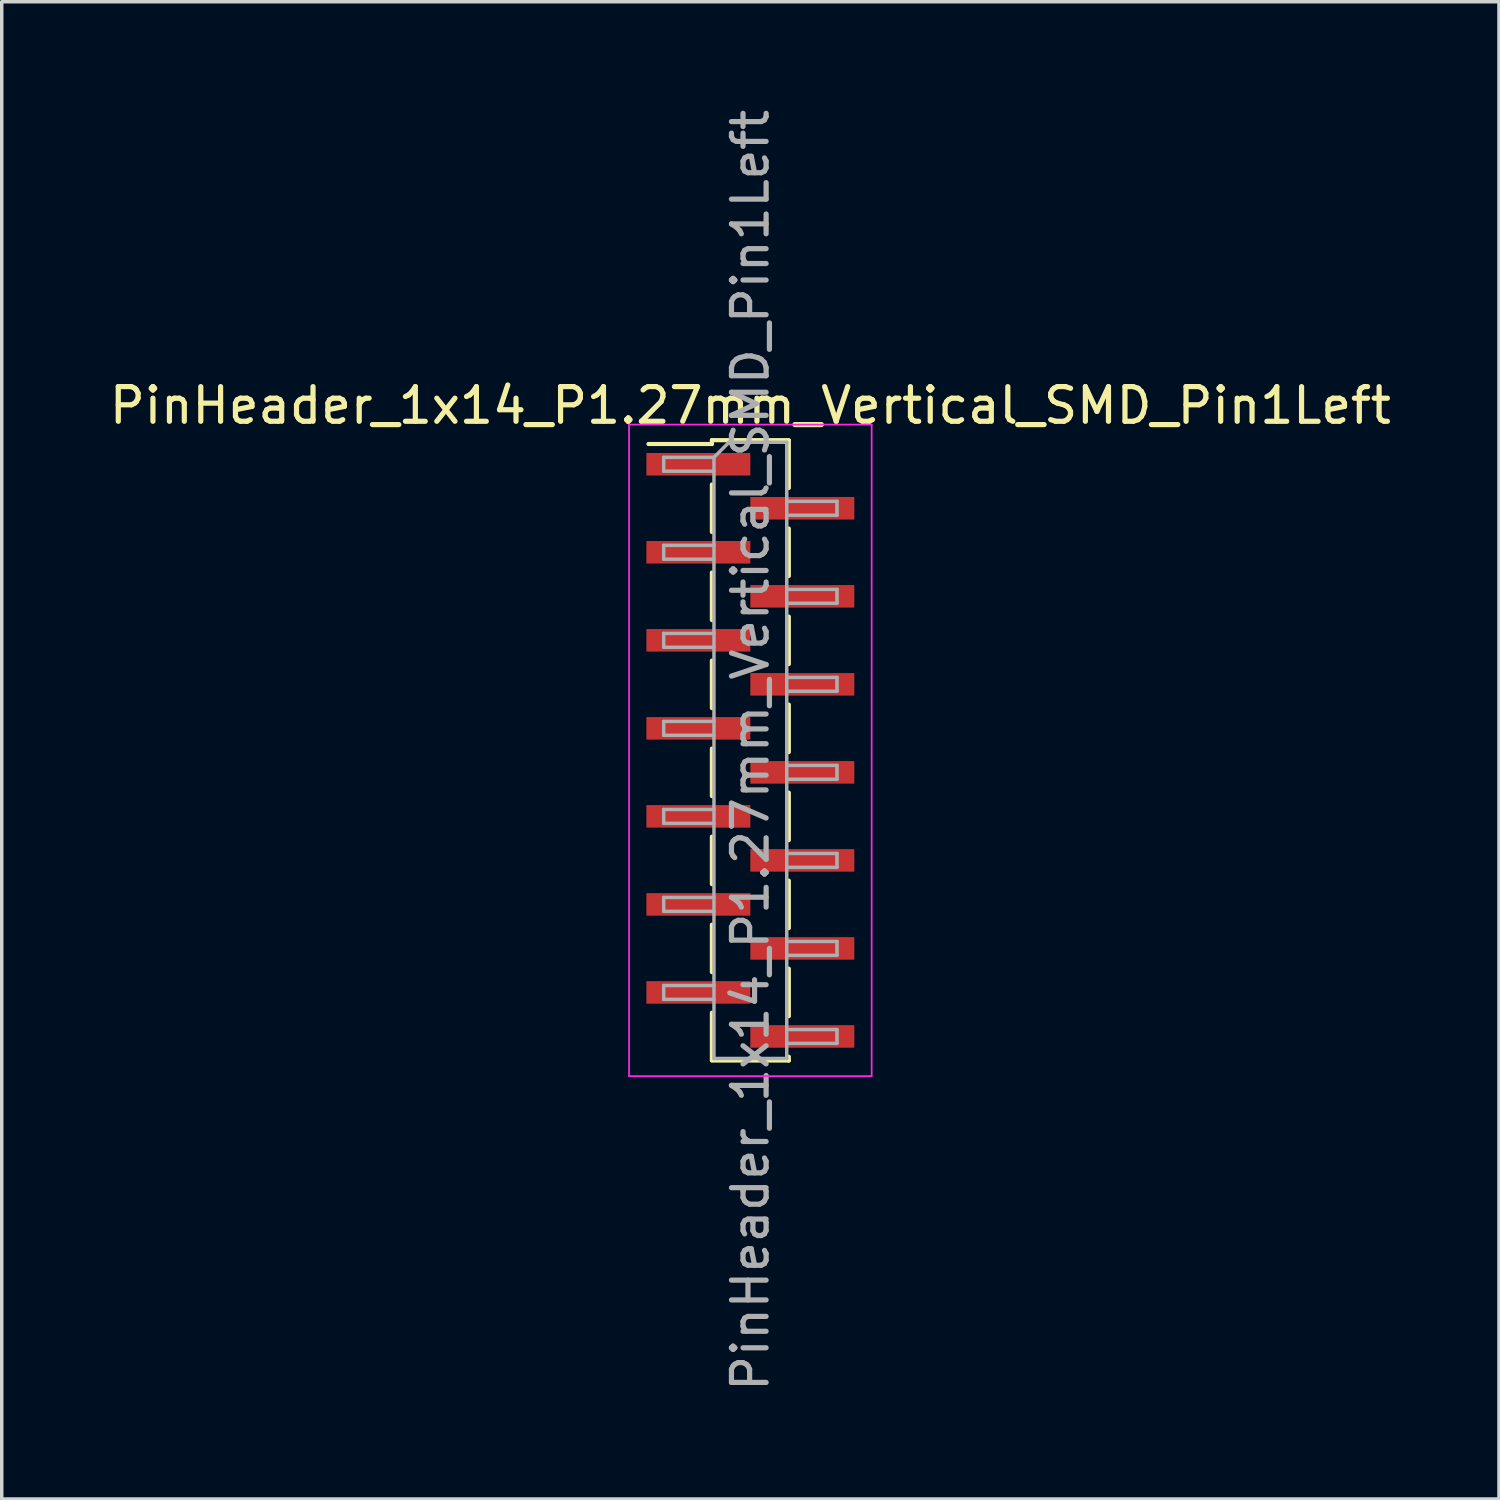
<source format=kicad_pcb>
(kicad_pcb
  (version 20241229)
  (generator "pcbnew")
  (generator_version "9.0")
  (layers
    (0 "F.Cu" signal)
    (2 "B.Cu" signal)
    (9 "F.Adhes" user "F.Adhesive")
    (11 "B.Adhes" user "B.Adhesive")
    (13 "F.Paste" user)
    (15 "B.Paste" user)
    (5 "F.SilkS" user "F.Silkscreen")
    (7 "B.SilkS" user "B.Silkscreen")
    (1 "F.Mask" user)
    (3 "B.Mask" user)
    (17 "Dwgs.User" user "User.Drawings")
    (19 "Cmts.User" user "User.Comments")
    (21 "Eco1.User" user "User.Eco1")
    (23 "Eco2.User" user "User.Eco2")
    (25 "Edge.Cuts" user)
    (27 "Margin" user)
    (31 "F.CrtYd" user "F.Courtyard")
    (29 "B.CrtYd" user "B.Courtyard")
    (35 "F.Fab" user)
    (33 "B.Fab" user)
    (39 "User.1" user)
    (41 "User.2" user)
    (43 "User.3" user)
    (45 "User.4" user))
  (footprint "PinHeader_1x14_P1.27mm_Vertical_SMD_Pin1Left"
    (layer "F.Cu")
    (at 18.601 18.601)
    (property "Reference" "PinHeader_1x14_P1.27mm_Vertical_SMD_Pin1Left" (at 0 -9.95 0) (layer "F.SilkS") (effects (font (size 1 1) (thickness 0.15))))
    (attr smd)
    (fp_line (start -1.11 -8.95) (end -1.11 -8.84) (stroke (width 0.12) (type solid)) (layer "F.SilkS"))
    (fp_line (start -1.11 -8.95) (end 1.11 -8.95) (stroke (width 0.12) (type solid)) (layer "F.SilkS"))
    (fp_line (start -1.11 -8.84) (end -2.94 -8.84) (stroke (width 0.12) (type solid)) (layer "F.SilkS"))
    (fp_line (start -1.11 -7.67) (end -1.11 -6.3) (stroke (width 0.12) (type solid)) (layer "F.SilkS"))
    (fp_line (start -1.11 -5.13) (end -1.11 -3.76) (stroke (width 0.12) (type solid)) (layer "F.SilkS"))
    (fp_line (start -1.11 -2.59) (end -1.11 -1.22) (stroke (width 0.12) (type solid)) (layer "F.SilkS"))
    (fp_line (start -1.11 -0.05) (end -1.11 1.32) (stroke (width 0.12) (type solid)) (layer "F.SilkS"))
    (fp_line (start -1.11 2.49) (end -1.11 3.86) (stroke (width 0.12) (type solid)) (layer "F.SilkS"))
    (fp_line (start -1.11 5.03) (end -1.11 6.4) (stroke (width 0.12) (type solid)) (layer "F.SilkS"))
    (fp_line (start -1.11 7.57) (end -1.11 8.94) (stroke (width 0.12) (type solid)) (layer "F.SilkS"))
    (fp_line (start -1.11 8.95) (end 1.11 8.95) (stroke (width 0.12) (type solid)) (layer "F.SilkS"))
    (fp_line (start 1.11 -8.94) (end 1.11 -7.57) (stroke (width 0.12) (type solid)) (layer "F.SilkS"))
    (fp_line (start 1.11 -6.4) (end 1.11 -5.03) (stroke (width 0.12) (type solid)) (layer "F.SilkS"))
    (fp_line (start 1.11 -3.86) (end 1.11 -2.49) (stroke (width 0.12) (type solid)) (layer "F.SilkS"))
    (fp_line (start 1.11 -1.32) (end 1.11 0.05) (stroke (width 0.12) (type solid)) (layer "F.SilkS"))
    (fp_line (start 1.11 1.22) (end 1.11 2.59) (stroke (width 0.12) (type solid)) (layer "F.SilkS"))
    (fp_line (start 1.11 3.76) (end 1.11 5.13) (stroke (width 0.12) (type solid)) (layer "F.SilkS"))
    (fp_line (start 1.11 6.3) (end 1.11 7.67) (stroke (width 0.12) (type solid)) (layer "F.SilkS"))
    (fp_line (start 1.11 8.84) (end 1.11 8.95) (stroke (width 0.12) (type solid)) (layer "F.SilkS"))
    (fp_line (start -3.5 -9.4) (end -3.5 9.4) (stroke (width 0.05) (type solid)) (layer "F.CrtYd"))
    (fp_line (start -3.5 9.4) (end 3.5 9.4) (stroke (width 0.05) (type solid)) (layer "F.CrtYd"))
    (fp_line (start 3.5 -9.4) (end -3.5 -9.4) (stroke (width 0.05) (type solid)) (layer "F.CrtYd"))
    (fp_line (start 3.5 9.4) (end 3.5 -9.4) (stroke (width 0.05) (type solid)) (layer "F.CrtYd"))
    (fp_line (start -2.5 -8.455) (end -2.5 -8.055) (stroke (width 0.1) (type solid)) (layer "F.Fab"))
    (fp_line (start -2.5 -8.055) (end -1.05 -8.055) (stroke (width 0.1) (type solid)) (layer "F.Fab"))
    (fp_line (start -2.5 -5.915) (end -2.5 -5.515) (stroke (width 0.1) (type solid)) (layer "F.Fab"))
    (fp_line (start -2.5 -5.515) (end -1.05 -5.515) (stroke (width 0.1) (type solid)) (layer "F.Fab"))
    (fp_line (start -2.5 -3.375) (end -2.5 -2.975) (stroke (width 0.1) (type solid)) (layer "F.Fab"))
    (fp_line (start -2.5 -2.975) (end -1.05 -2.975) (stroke (width 0.1) (type solid)) (layer "F.Fab"))
    (fp_line (start -2.5 -0.835) (end -2.5 -0.435) (stroke (width 0.1) (type solid)) (layer "F.Fab"))
    (fp_line (start -2.5 -0.435) (end -1.05 -0.435) (stroke (width 0.1) (type solid)) (layer "F.Fab"))
    (fp_line (start -2.5 1.705) (end -2.5 2.105) (stroke (width 0.1) (type solid)) (layer "F.Fab"))
    (fp_line (start -2.5 2.105) (end -1.05 2.105) (stroke (width 0.1) (type solid)) (layer "F.Fab"))
    (fp_line (start -2.5 4.245) (end -2.5 4.645) (stroke (width 0.1) (type solid)) (layer "F.Fab"))
    (fp_line (start -2.5 4.645) (end -1.05 4.645) (stroke (width 0.1) (type solid)) (layer "F.Fab"))
    (fp_line (start -2.5 6.785) (end -2.5 7.185) (stroke (width 0.1) (type solid)) (layer "F.Fab"))
    (fp_line (start -2.5 7.185) (end -1.05 7.185) (stroke (width 0.1) (type solid)) (layer "F.Fab"))
    (fp_line (start -1.05 -8.455) (end -2.5 -8.455) (stroke (width 0.1) (type solid)) (layer "F.Fab"))
    (fp_line (start -1.05 -8.455) (end -0.615 -8.89) (stroke (width 0.1) (type solid)) (layer "F.Fab"))
    (fp_line (start -1.05 -5.915) (end -2.5 -5.915) (stroke (width 0.1) (type solid)) (layer "F.Fab"))
    (fp_line (start -1.05 -3.375) (end -2.5 -3.375) (stroke (width 0.1) (type solid)) (layer "F.Fab"))
    (fp_line (start -1.05 -0.835) (end -2.5 -0.835) (stroke (width 0.1) (type solid)) (layer "F.Fab"))
    (fp_line (start -1.05 1.705) (end -2.5 1.705) (stroke (width 0.1) (type solid)) (layer "F.Fab"))
    (fp_line (start -1.05 4.245) (end -2.5 4.245) (stroke (width 0.1) (type solid)) (layer "F.Fab"))
    (fp_line (start -1.05 6.785) (end -2.5 6.785) (stroke (width 0.1) (type solid)) (layer "F.Fab"))
    (fp_line (start -1.05 8.89) (end -1.05 -8.455) (stroke (width 0.1) (type solid)) (layer "F.Fab"))
    (fp_line (start -0.615 -8.89) (end 1.05 -8.89) (stroke (width 0.1) (type solid)) (layer "F.Fab"))
    (fp_line (start 1.05 -8.89) (end 1.05 8.89) (stroke (width 0.1) (type solid)) (layer "F.Fab"))
    (fp_line (start 1.05 -7.185) (end 2.5 -7.185) (stroke (width 0.1) (type solid)) (layer "F.Fab"))
    (fp_line (start 1.05 -4.645) (end 2.5 -4.645) (stroke (width 0.1) (type solid)) (layer "F.Fab"))
    (fp_line (start 1.05 -2.105) (end 2.5 -2.105) (stroke (width 0.1) (type solid)) (layer "F.Fab"))
    (fp_line (start 1.05 0.435) (end 2.5 0.435) (stroke (width 0.1) (type solid)) (layer "F.Fab"))
    (fp_line (start 1.05 2.975) (end 2.5 2.975) (stroke (width 0.1) (type solid)) (layer "F.Fab"))
    (fp_line (start 1.05 5.515) (end 2.5 5.515) (stroke (width 0.1) (type solid)) (layer "F.Fab"))
    (fp_line (start 1.05 8.055) (end 2.5 8.055) (stroke (width 0.1) (type solid)) (layer "F.Fab"))
    (fp_line (start 1.05 8.89) (end -1.05 8.89) (stroke (width 0.1) (type solid)) (layer "F.Fab"))
    (fp_line (start 2.5 -7.185) (end 2.5 -6.785) (stroke (width 0.1) (type solid)) (layer "F.Fab"))
    (fp_line (start 2.5 -6.785) (end 1.05 -6.785) (stroke (width 0.1) (type solid)) (layer "F.Fab"))
    (fp_line (start 2.5 -4.645) (end 2.5 -4.245) (stroke (width 0.1) (type solid)) (layer "F.Fab"))
    (fp_line (start 2.5 -4.245) (end 1.05 -4.245) (stroke (width 0.1) (type solid)) (layer "F.Fab"))
    (fp_line (start 2.5 -2.105) (end 2.5 -1.705) (stroke (width 0.1) (type solid)) (layer "F.Fab"))
    (fp_line (start 2.5 -1.705) (end 1.05 -1.705) (stroke (width 0.1) (type solid)) (layer "F.Fab"))
    (fp_line (start 2.5 0.435) (end 2.5 0.835) (stroke (width 0.1) (type solid)) (layer "F.Fab"))
    (fp_line (start 2.5 0.835) (end 1.05 0.835) (stroke (width 0.1) (type solid)) (layer "F.Fab"))
    (fp_line (start 2.5 2.975) (end 2.5 3.375) (stroke (width 0.1) (type solid)) (layer "F.Fab"))
    (fp_line (start 2.5 3.375) (end 1.05 3.375) (stroke (width 0.1) (type solid)) (layer "F.Fab"))
    (fp_line (start 2.5 5.515) (end 2.5 5.915) (stroke (width 0.1) (type solid)) (layer "F.Fab"))
    (fp_line (start 2.5 5.915) (end 1.05 5.915) (stroke (width 0.1) (type solid)) (layer "F.Fab"))
    (fp_line (start 2.5 8.055) (end 2.5 8.455) (stroke (width 0.1) (type solid)) (layer "F.Fab"))
    (fp_line (start 2.5 8.455) (end 1.05 8.455) (stroke (width 0.1) (type solid)) (layer "F.Fab"))
    (fp_text user "${REFERENCE}" (at 0 0 90) (layer "F.Fab") (effects (font (size 1 1) (thickness 0.15))))
    (pad "1" smd rect (at -1.5 -8.255) (size 3 0.65) (layers "F.Cu" "F.Mask" "F.Paste"))
    (pad "2" smd rect (at 1.5 -6.985) (size 3 0.65) (layers "F.Cu" "F.Mask" "F.Paste"))
    (pad "3" smd rect (at -1.5 -5.715) (size 3 0.65) (layers "F.Cu" "F.Mask" "F.Paste"))
    (pad "4" smd rect (at 1.5 -4.445) (size 3 0.65) (layers "F.Cu" "F.Mask" "F.Paste"))
    (pad "5" smd rect (at -1.5 -3.175) (size 3 0.65) (layers "F.Cu" "F.Mask" "F.Paste"))
    (pad "6" smd rect (at 1.5 -1.905) (size 3 0.65) (layers "F.Cu" "F.Mask" "F.Paste"))
    (pad "7" smd rect (at -1.5 -0.635) (size 3 0.65) (layers "F.Cu" "F.Mask" "F.Paste"))
    (pad "8" smd rect (at 1.5 0.635) (size 3 0.65) (layers "F.Cu" "F.Mask" "F.Paste"))
    (pad "9" smd rect (at -1.5 1.905) (size 3 0.65) (layers "F.Cu" "F.Mask" "F.Paste"))
    (pad "10" smd rect (at 1.5 3.175) (size 3 0.65) (layers "F.Cu" "F.Mask" "F.Paste"))
    (pad "11" smd rect (at -1.5 4.445) (size 3 0.65) (layers "F.Cu" "F.Mask" "F.Paste"))
    (pad "12" smd rect (at 1.5 5.715) (size 3 0.65) (layers "F.Cu" "F.Mask" "F.Paste"))
    (pad "13" smd rect (at -1.5 6.985) (size 3 0.65) (layers "F.Cu" "F.Mask" "F.Paste"))
    (pad "14" smd rect (at 1.5 8.255) (size 3 0.65) (layers "F.Cu" "F.Mask" "F.Paste")))
  (gr_rect
    (start -3 -3)
    (end 40.202 40.202)
    (stroke (width 0.1) (type default))
    (fill no)
    (layer "Edge.Cuts")))
</source>
